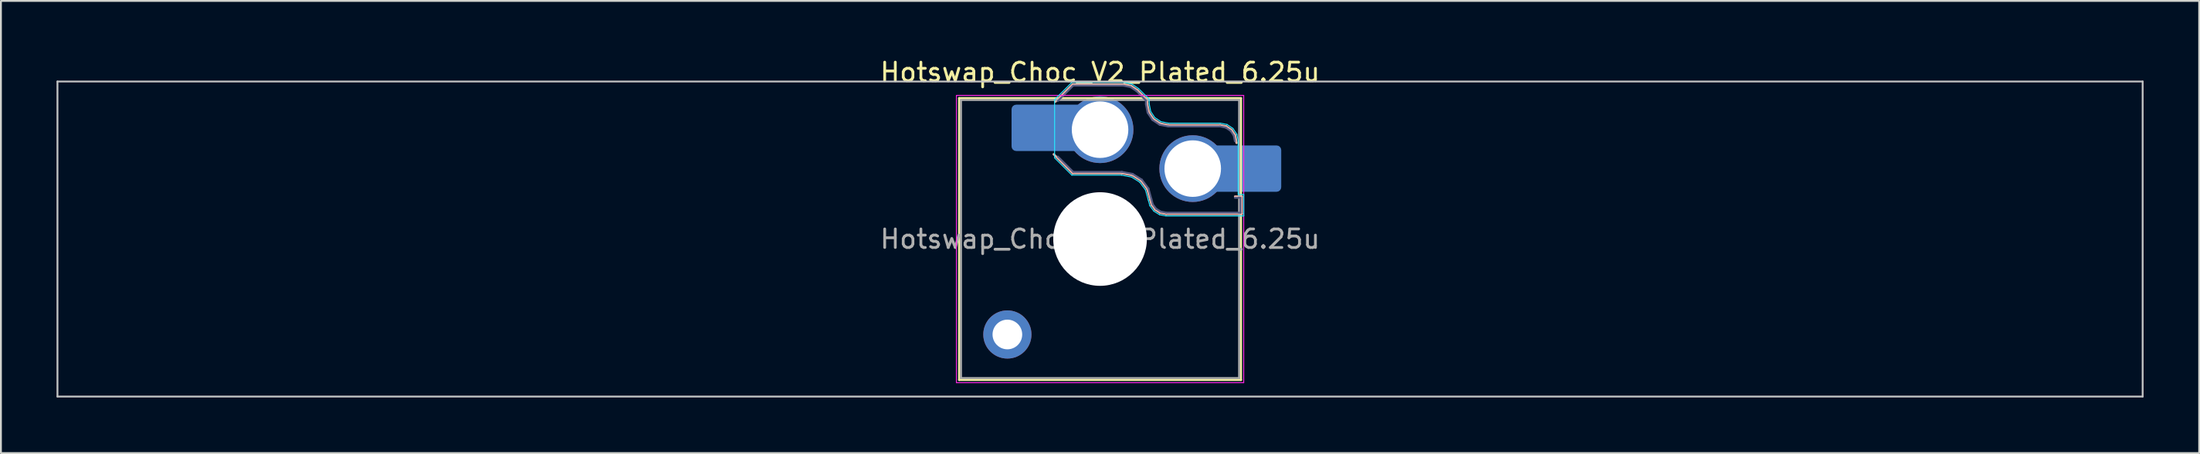
<source format=kicad_pcb>
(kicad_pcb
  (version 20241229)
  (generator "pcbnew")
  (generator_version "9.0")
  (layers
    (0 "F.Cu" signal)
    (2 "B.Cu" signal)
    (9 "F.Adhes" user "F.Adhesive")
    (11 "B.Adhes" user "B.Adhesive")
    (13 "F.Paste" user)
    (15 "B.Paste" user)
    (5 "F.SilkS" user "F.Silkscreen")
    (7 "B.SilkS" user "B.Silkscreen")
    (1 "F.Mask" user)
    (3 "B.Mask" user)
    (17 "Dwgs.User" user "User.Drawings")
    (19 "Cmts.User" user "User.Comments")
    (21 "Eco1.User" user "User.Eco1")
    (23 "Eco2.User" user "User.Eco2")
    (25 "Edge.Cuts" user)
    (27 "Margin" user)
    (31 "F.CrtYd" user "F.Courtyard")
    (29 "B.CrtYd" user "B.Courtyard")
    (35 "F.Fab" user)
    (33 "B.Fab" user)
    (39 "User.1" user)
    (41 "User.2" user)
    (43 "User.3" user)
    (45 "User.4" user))
  (footprint "Hotswap_Choc_V2_Plated_6.25u"
    (layer "F.Cu")
    (at 56.3 9.848)
    (property "Reference" "Hotswap_Choc_V2_Plated_6.25u" (at 0 -9 0) (layer "F.SilkS") (effects (font (size 1 1) (thickness 0.15))))
    (attr smd)
    (fp_line (start -7.6 -7.6) (end -7.6 7.6) (stroke (width 0.12) (type solid)) (layer "F.SilkS"))
    (fp_line (start -7.6 7.6) (end 7.6 7.6) (stroke (width 0.12) (type solid)) (layer "F.SilkS"))
    (fp_line (start 7.6 -7.6) (end -7.6 -7.6) (stroke (width 0.12) (type solid)) (layer "F.SilkS"))
    (fp_line (start 7.6 7.6) (end 7.6 -7.6) (stroke (width 0.12) (type solid)) (layer "F.SilkS"))
    (fp_line (start -2.416 -7.409) (end -1.479 -8.346) (stroke (width 0.12) (type solid)) (layer "B.SilkS"))
    (fp_line (start -1.479 -8.346) (end 1.268 -8.346) (stroke (width 0.12) (type solid)) (layer "B.SilkS"))
    (fp_line (start -1.479 -3.554) (end -2.5 -4.575) (stroke (width 0.12) (type solid)) (layer "B.SilkS"))
    (fp_line (start 1.168 -3.554) (end -1.479 -3.554) (stroke (width 0.12) (type solid)) (layer "B.SilkS"))
    (fp_line (start 1.268 -8.346) (end 1.671 -8.266) (stroke (width 0.12) (type solid)) (layer "B.SilkS"))
    (fp_line (start 1.671 -8.266) (end 2.013 -8.037) (stroke (width 0.12) (type solid)) (layer "B.SilkS"))
    (fp_line (start 1.73 -3.449) (end 1.168 -3.554) (stroke (width 0.12) (type solid)) (layer "B.SilkS"))
    (fp_line (start 2.013 -8.037) (end 2.546 -7.504) (stroke (width 0.12) (type solid)) (layer "B.SilkS"))
    (fp_line (start 2.209 -3.15) (end 1.73 -3.449) (stroke (width 0.12) (type solid)) (layer "B.SilkS"))
    (fp_line (start 2.546 -7.504) (end 2.546 -7.282) (stroke (width 0.12) (type solid)) (layer "B.SilkS"))
    (fp_line (start 2.546 -7.282) (end 2.633 -6.844) (stroke (width 0.12) (type solid)) (layer "B.SilkS"))
    (fp_line (start 2.547 -2.697) (end 2.209 -3.15) (stroke (width 0.12) (type solid)) (layer "B.SilkS"))
    (fp_line (start 2.633 -6.844) (end 2.877 -6.477) (stroke (width 0.12) (type solid)) (layer "B.SilkS"))
    (fp_line (start 2.701 -2.139) (end 2.547 -2.697) (stroke (width 0.12) (type solid)) (layer "B.SilkS"))
    (fp_line (start 2.783 -1.841) (end 2.701 -2.139) (stroke (width 0.12) (type solid)) (layer "B.SilkS"))
    (fp_line (start 2.877 -6.477) (end 3.244 -6.233) (stroke (width 0.12) (type solid)) (layer "B.SilkS"))
    (fp_line (start 2.976 -1.583) (end 2.783 -1.841) (stroke (width 0.12) (type solid)) (layer "B.SilkS"))
    (fp_line (start 3.244 -6.233) (end 3.682 -6.146) (stroke (width 0.12) (type solid)) (layer "B.SilkS"))
    (fp_line (start 3.25 -1.413) (end 2.976 -1.583) (stroke (width 0.12) (type solid)) (layer "B.SilkS"))
    (fp_line (start 3.56 -1.354) (end 3.25 -1.413) (stroke (width 0.12) (type solid)) (layer "B.SilkS"))
    (fp_line (start 3.682 -6.146) (end 6.482 -6.146) (stroke (width 0.12) (type solid)) (layer "B.SilkS"))
    (fp_line (start 6.482 -6.146) (end 6.809 -6.081) (stroke (width 0.12) (type solid)) (layer "B.SilkS"))
    (fp_line (start 6.809 -6.081) (end 7.092 -5.892) (stroke (width 0.12) (type solid)) (layer "B.SilkS"))
    (fp_line (start 7.092 -5.892) (end 7.281 -5.609) (stroke (width 0.12) (type solid)) (layer "B.SilkS"))
    (fp_line (start 7.281 -5.609) (end 7.366 -5.182) (stroke (width 0.12) (type solid)) (layer "B.SilkS"))
    (fp_line (start 7.283 -2.296) (end 7.646 -2.296) (stroke (width 0.12) (type solid)) (layer "B.SilkS"))
    (fp_line (start 7.646 -2.296) (end 7.646 -1.354) (stroke (width 0.12) (type solid)) (layer "B.SilkS"))
    (fp_line (start 7.646 -1.354) (end 3.56 -1.354) (stroke (width 0.12) (type solid)) (layer "B.SilkS"))
    (fp_line (start -56.25 -8.5) (end -56.25 8.5) (stroke (width 0.1) (type solid)) (layer "Dwgs.User"))
    (fp_line (start -56.25 8.5) (end 56.25 8.5) (stroke (width 0.1) (type solid)) (layer "Dwgs.User"))
    (fp_line (start 56.25 -8.5) (end -56.25 -8.5) (stroke (width 0.1) (type solid)) (layer "Dwgs.User"))
    (fp_line (start 56.25 8.5) (end 56.25 -8.5) (stroke (width 0.1) (type solid)) (layer "Dwgs.User"))
    (fp_line (start -7.25 -7.25) (end -7.25 7.25) (stroke (width 0.1) (type solid)) (layer "Eco1.User"))
    (fp_line (start -7.25 7.25) (end 7.25 7.25) (stroke (width 0.1) (type solid)) (layer "Eco1.User"))
    (fp_line (start 7.25 -7.25) (end -7.25 -7.25) (stroke (width 0.1) (type solid)) (layer "Eco1.User"))
    (fp_line (start 7.25 7.25) (end 7.25 -7.25) (stroke (width 0.1) (type solid)) (layer "Eco1.User"))
    (fp_line (start -2.452 -7.523) (end -1.523 -8.452) (stroke (width 0.05) (type solid)) (layer "B.CrtYd"))
    (fp_line (start -2.452 -4.377) (end -2.452 -7.523) (stroke (width 0.05) (type solid)) (layer "B.CrtYd"))
    (fp_line (start -1.523 -8.452) (end 1.278 -8.452) (stroke (width 0.05) (type solid)) (layer "B.CrtYd"))
    (fp_line (start -1.523 -3.448) (end -2.452 -4.377) (stroke (width 0.05) (type solid)) (layer "B.CrtYd"))
    (fp_line (start 1.159 -3.448) (end -1.523 -3.448) (stroke (width 0.05) (type solid)) (layer "B.CrtYd"))
    (fp_line (start 1.278 -8.452) (end 1.712 -8.366) (stroke (width 0.05) (type solid)) (layer "B.CrtYd"))
    (fp_line (start 1.691 -3.348) (end 1.159 -3.448) (stroke (width 0.05) (type solid)) (layer "B.CrtYd"))
    (fp_line (start 1.712 -8.366) (end 2.081 -8.119) (stroke (width 0.05) (type solid)) (layer "B.CrtYd"))
    (fp_line (start 2.081 -8.119) (end 2.652 -7.548) (stroke (width 0.05) (type solid)) (layer "B.CrtYd"))
    (fp_line (start 2.136 -3.071) (end 1.691 -3.348) (stroke (width 0.05) (type solid)) (layer "B.CrtYd"))
    (fp_line (start 2.45 -2.65) (end 2.136 -3.071) (stroke (width 0.05) (type solid)) (layer "B.CrtYd"))
    (fp_line (start 2.599 -2.111) (end 2.45 -2.65) (stroke (width 0.05) (type solid)) (layer "B.CrtYd"))
    (fp_line (start 2.652 -7.548) (end 2.652 -7.292) (stroke (width 0.05) (type solid)) (layer "B.CrtYd"))
    (fp_line (start 2.652 -7.292) (end 2.733 -6.885) (stroke (width 0.05) (type solid)) (layer "B.CrtYd"))
    (fp_line (start 2.687 -1.794) (end 2.599 -2.111) (stroke (width 0.05) (type solid)) (layer "B.CrtYd"))
    (fp_line (start 2.733 -6.885) (end 2.953 -6.553) (stroke (width 0.05) (type solid)) (layer "B.CrtYd"))
    (fp_line (start 2.903 -1.503) (end 2.687 -1.794) (stroke (width 0.05) (type solid)) (layer "B.CrtYd"))
    (fp_line (start 2.953 -6.553) (end 3.285 -6.333) (stroke (width 0.05) (type solid)) (layer "B.CrtYd"))
    (fp_line (start 3.211 -1.312) (end 2.903 -1.503) (stroke (width 0.05) (type solid)) (layer "B.CrtYd"))
    (fp_line (start 3.285 -6.333) (end 3.692 -6.252) (stroke (width 0.05) (type solid)) (layer "B.CrtYd"))
    (fp_line (start 3.55 -1.248) (end 3.211 -1.312) (stroke (width 0.05) (type solid)) (layer "B.CrtYd"))
    (fp_line (start 3.692 -6.252) (end 6.492 -6.252) (stroke (width 0.05) (type solid)) (layer "B.CrtYd"))
    (fp_line (start 6.492 -6.252) (end 6.85 -6.181) (stroke (width 0.05) (type solid)) (layer "B.CrtYd"))
    (fp_line (start 6.85 -6.181) (end 7.168 -5.968) (stroke (width 0.05) (type solid)) (layer "B.CrtYd"))
    (fp_line (start 7.168 -5.968) (end 7.381 -5.65) (stroke (width 0.05) (type solid)) (layer "B.CrtYd"))
    (fp_line (start 7.381 -5.65) (end 7.452 -5.292) (stroke (width 0.05) (type solid)) (layer "B.CrtYd"))
    (fp_line (start 7.452 -5.292) (end 7.452 -2.402) (stroke (width 0.05) (type solid)) (layer "B.CrtYd"))
    (fp_line (start 7.452 -2.402) (end 7.752 -2.402) (stroke (width 0.05) (type solid)) (layer "B.CrtYd"))
    (fp_line (start 7.752 -2.402) (end 7.752 -1.248) (stroke (width 0.05) (type solid)) (layer "B.CrtYd"))
    (fp_line (start 7.752 -1.248) (end 3.55 -1.248) (stroke (width 0.05) (type solid)) (layer "B.CrtYd"))
    (fp_line (start -7.75 -7.75) (end -7.75 7.75) (stroke (width 0.05) (type solid)) (layer "F.CrtYd"))
    (fp_line (start -7.75 7.75) (end 7.75 7.75) (stroke (width 0.05) (type solid)) (layer "F.CrtYd"))
    (fp_line (start 7.75 -7.75) (end -7.75 -7.75) (stroke (width 0.05) (type solid)) (layer "F.CrtYd"))
    (fp_line (start 7.75 7.75) (end 7.75 -7.75) (stroke (width 0.05) (type solid)) (layer "F.CrtYd"))
    (fp_line (start -2.275 -7.45) (end -1.45 -8.275) (stroke (width 0.1) (type solid)) (layer "B.Fab"))
    (fp_line (start -1.45 -8.275) (end 1.261 -8.275) (stroke (width 0.1) (type solid)) (layer "B.Fab"))
    (fp_line (start -1.45 -3.625) (end -2.275 -4.45) (stroke (width 0.1) (type solid)) (layer "B.Fab"))
    (fp_line (start 1.175 -3.625) (end -1.45 -3.625) (stroke (width 0.1) (type solid)) (layer "B.Fab"))
    (fp_line (start 1.261 -8.275) (end 1.643 -8.199) (stroke (width 0.1) (type solid)) (layer "B.Fab"))
    (fp_line (start 1.643 -8.199) (end 1.968 -7.982) (stroke (width 0.1) (type solid)) (layer "B.Fab"))
    (fp_line (start 1.756 -3.516) (end 1.175 -3.625) (stroke (width 0.1) (type solid)) (layer "B.Fab"))
    (fp_line (start 1.968 -7.982) (end 2.475 -7.475) (stroke (width 0.1) (type solid)) (layer "B.Fab"))
    (fp_line (start 2.258 -3.203) (end 1.756 -3.516) (stroke (width 0.1) (type solid)) (layer "B.Fab"))
    (fp_line (start 2.475 -7.475) (end 2.475 -7.275) (stroke (width 0.1) (type solid)) (layer "B.Fab"))
    (fp_line (start 2.475 -7.275) (end 2.566 -6.816) (stroke (width 0.1) (type solid)) (layer "B.Fab"))
    (fp_line (start 2.566 -6.816) (end 2.826 -6.426) (stroke (width 0.1) (type solid)) (layer "B.Fab"))
    (fp_line (start 2.612 -2.729) (end 2.258 -3.203) (stroke (width 0.1) (type solid)) (layer "B.Fab"))
    (fp_line (start 2.769 -2.158) (end 2.612 -2.729) (stroke (width 0.1) (type solid)) (layer "B.Fab"))
    (fp_line (start 2.826 -6.426) (end 3.216 -6.166) (stroke (width 0.1) (type solid)) (layer "B.Fab"))
    (fp_line (start 2.848 -1.873) (end 2.769 -2.158) (stroke (width 0.1) (type solid)) (layer "B.Fab"))
    (fp_line (start 3.025 -1.636) (end 2.848 -1.873) (stroke (width 0.1) (type solid)) (layer "B.Fab"))
    (fp_line (start 3.216 -6.166) (end 3.675 -6.075) (stroke (width 0.1) (type solid)) (layer "B.Fab"))
    (fp_line (start 3.276 -1.48) (end 3.025 -1.636) (stroke (width 0.1) (type solid)) (layer "B.Fab"))
    (fp_line (start 3.567 -1.425) (end 3.276 -1.48) (stroke (width 0.1) (type solid)) (layer "B.Fab"))
    (fp_line (start 3.675 -6.075) (end 6.475 -6.075) (stroke (width 0.1) (type solid)) (layer "B.Fab"))
    (fp_line (start 6.475 -6.075) (end 6.781 -6.014) (stroke (width 0.1) (type solid)) (layer "B.Fab"))
    (fp_line (start 6.781 -6.014) (end 7.041 -5.841) (stroke (width 0.1) (type solid)) (layer "B.Fab"))
    (fp_line (start 7.041 -5.841) (end 7.214 -5.581) (stroke (width 0.1) (type solid)) (layer "B.Fab"))
    (fp_line (start 7.214 -5.581) (end 7.275 -5.275) (stroke (width 0.1) (type solid)) (layer "B.Fab"))
    (fp_line (start 7.275 -2.225) (end 7.575 -2.225) (stroke (width 0.1) (type solid)) (layer "B.Fab"))
    (fp_line (start 7.575 -2.225) (end 7.575 -1.425) (stroke (width 0.1) (type solid)) (layer "B.Fab"))
    (fp_line (start 7.575 -1.425) (end 3.567 -1.425) (stroke (width 0.1) (type solid)) (layer "B.Fab"))
    (fp_line (start -7.5 -7.5) (end -7.5 7.5) (stroke (width 0.1) (type solid)) (layer "F.Fab"))
    (fp_line (start -7.5 7.5) (end 7.5 7.5) (stroke (width 0.1) (type solid)) (layer "F.Fab"))
    (fp_line (start 7.5 -7.5) (end -7.5 -7.5) (stroke (width 0.1) (type solid)) (layer "F.Fab"))
    (fp_line (start 7.5 7.5) (end 7.5 -7.5) (stroke (width 0.1) (type solid)) (layer "F.Fab"))
    (fp_text user "${REFERENCE}" (at 0 0 0) (layer "F.Fab") (effects (font (size 1 1) (thickness 0.15))))
    (pad "" thru_hole circle (at -5 5.15) (size 2.6 2.6) (drill 1.6) (layers "*.Cu" "*.Mask"))
    (pad "" smd roundrect (at -3.5 -6) (size 2.55 2.5) (layers "B.Mask" "B.Paste") (roundrect_rratio 0.1))
    (pad "" np_thru_hole circle (at 0 0) (size 5.05 5.05) (drill 5.05) (layers "*.Cu" "*.Mask"))
    (pad "" smd roundrect (at 8.5 -3.8) (size 2.55 2.5) (layers "B.Mask" "B.Paste") (roundrect_rratio 0.1))
    (pad "1" smd roundrect (at -2.85 -6) (size 3.85 2.5) (layers "B.Cu") (roundrect_rratio 0.1))
    (pad "1" thru_hole circle (at 0 -5.9) (size 3.6 3.6) (drill 3.05) (layers "*.Cu" "*.Mask"))
    (pad "2" thru_hole circle (at 5 -3.8) (size 3.6 3.6) (drill 3.05) (layers "*.Cu" "*.Mask"))
    (pad "2" smd roundrect (at 7.85 -3.8) (size 3.85 2.5) (layers "B.Cu") (roundrect_rratio 0.1)))
  (gr_rect
    (start -3 -3)
    (end 115.6 21.398)
    (stroke (width 0.1) (type default))
    (fill no)
    (layer "Edge.Cuts")))
</source>
